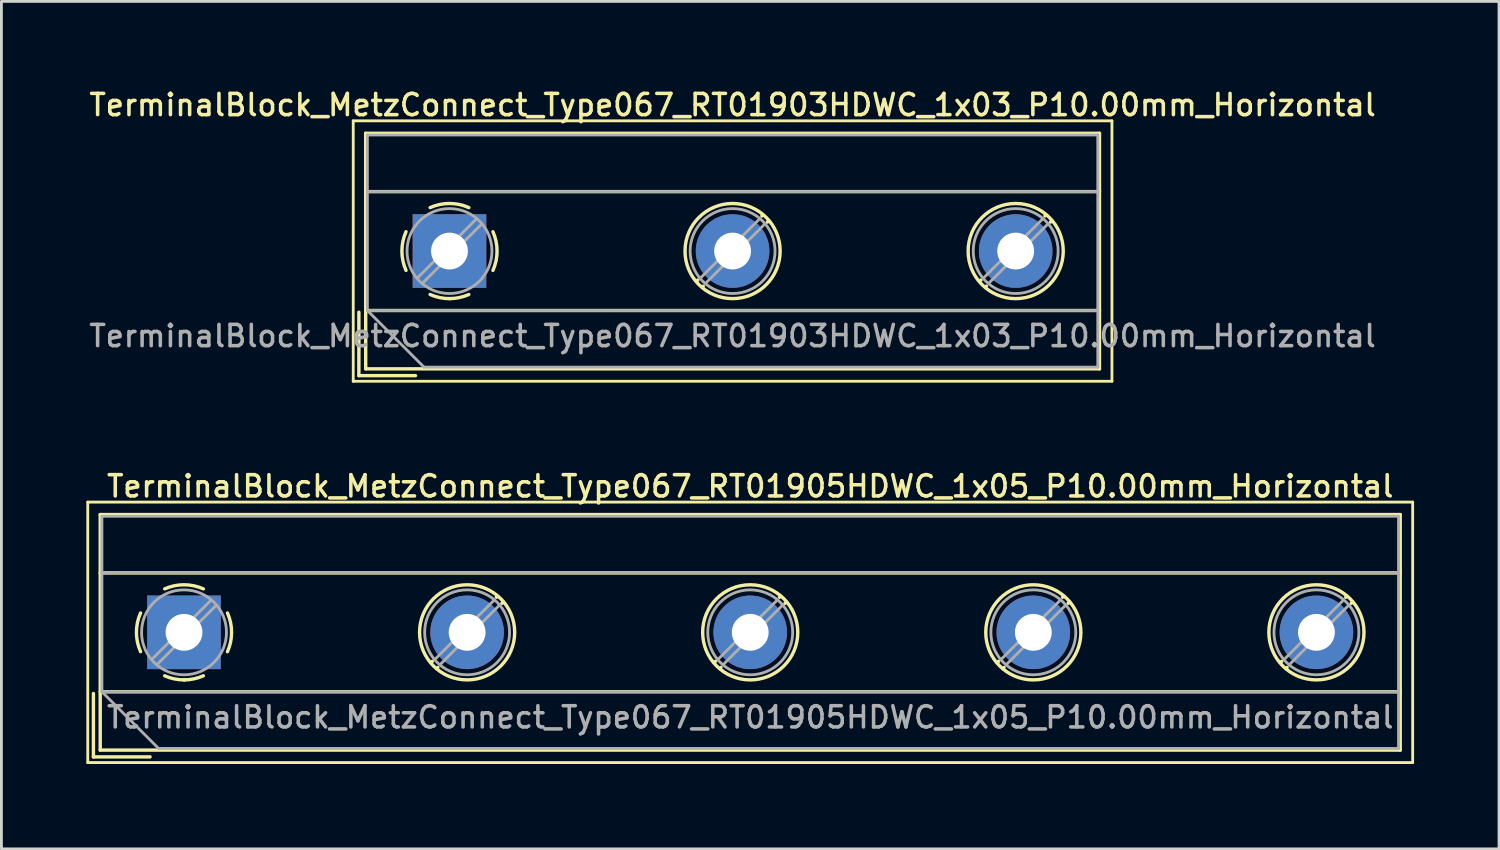
<source format=kicad_pcb>
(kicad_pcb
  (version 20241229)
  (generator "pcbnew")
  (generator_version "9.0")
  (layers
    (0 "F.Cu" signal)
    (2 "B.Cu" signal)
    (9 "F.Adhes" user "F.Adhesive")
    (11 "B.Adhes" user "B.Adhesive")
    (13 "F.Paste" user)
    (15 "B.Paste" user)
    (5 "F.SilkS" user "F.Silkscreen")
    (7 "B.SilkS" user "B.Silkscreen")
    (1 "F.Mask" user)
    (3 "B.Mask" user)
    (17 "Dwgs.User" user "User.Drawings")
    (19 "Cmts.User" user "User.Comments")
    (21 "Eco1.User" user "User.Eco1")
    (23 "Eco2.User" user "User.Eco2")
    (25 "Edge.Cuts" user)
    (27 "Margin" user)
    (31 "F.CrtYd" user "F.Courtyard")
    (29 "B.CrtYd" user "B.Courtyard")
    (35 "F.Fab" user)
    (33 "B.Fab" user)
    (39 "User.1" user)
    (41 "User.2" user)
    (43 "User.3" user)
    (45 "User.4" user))
  (footprint "TerminalBlock_MetzConnect_Type067_RT01903HDWC_1x03_P10.00mm_Horizontal"
    (layer "F.Cu")
    (at 12.827 5.818)
    (property "Reference" "TerminalBlock_MetzConnect_Type067_RT01903HDWC_1x03_P10.00mm_Horizontal" (at 10 -5.16 0) (layer "F.SilkS") (effects (font (size 0.75 0.75) (thickness 0.125))))
    (attr through_hole)
    (fp_line (start -3.4 -4.6) (end -3.4 4.6) (stroke (width 0.1) (type solid)) (layer "F.SilkS"))
    (fp_line (start -3.4 4.6) (end 23.4 4.6) (stroke (width 0.1) (type solid)) (layer "F.SilkS"))
    (fp_line (start -3.2 2.16) (end -3.2 4.4) (stroke (width 0.12) (type solid)) (layer "F.SilkS"))
    (fp_line (start -3.2 4.4) (end -1.2 4.4) (stroke (width 0.12) (type solid)) (layer "F.SilkS"))
    (fp_line (start -2.96 -4.16) (end -2.96 4.16) (stroke (width 0.12) (type solid)) (layer "F.SilkS"))
    (fp_line (start -2.96 -4.16) (end 22.96 -4.16) (stroke (width 0.12) (type solid)) (layer "F.SilkS"))
    (fp_line (start -2.96 -2.1) (end 22.96 -2.1) (stroke (width 0.12) (type solid)) (layer "F.SilkS"))
    (fp_line (start -2.96 2.1) (end 22.96 2.1) (stroke (width 0.12) (type solid)) (layer "F.SilkS"))
    (fp_line (start -2.96 4.16) (end 22.96 4.16) (stroke (width 0.12) (type solid)) (layer "F.SilkS"))
    (fp_line (start 8.773 1.023) (end 8.726 1.069) (stroke (width 0.12) (type solid)) (layer "F.SilkS"))
    (fp_line (start 8.966 1.239) (end 8.931 1.274) (stroke (width 0.12) (type solid)) (layer "F.SilkS"))
    (fp_line (start 11.07 -1.275) (end 11.035 -1.239) (stroke (width 0.12) (type solid)) (layer "F.SilkS"))
    (fp_line (start 11.275 -1.069) (end 11.228 -1.023) (stroke (width 0.12) (type solid)) (layer "F.SilkS"))
    (fp_line (start 18.773 1.023) (end 18.726 1.069) (stroke (width 0.12) (type solid)) (layer "F.SilkS"))
    (fp_line (start 18.966 1.239) (end 18.931 1.274) (stroke (width 0.12) (type solid)) (layer "F.SilkS"))
    (fp_line (start 21.07 -1.275) (end 21.035 -1.239) (stroke (width 0.12) (type solid)) (layer "F.SilkS"))
    (fp_line (start 21.275 -1.069) (end 21.228 -1.023) (stroke (width 0.12) (type solid)) (layer "F.SilkS"))
    (fp_line (start 22.96 -4.16) (end 22.96 4.16) (stroke (width 0.12) (type solid)) (layer "F.SilkS"))
    (fp_line (start 23.4 -4.6) (end -3.4 -4.6) (stroke (width 0.1) (type solid)) (layer "F.SilkS"))
    (fp_line (start 23.4 4.6) (end 23.4 -4.6) (stroke (width 0.1) (type solid)) (layer "F.SilkS"))
    (fp_arc (start -1.535427 0.683042) (mid -1.680501 -0.000524) (end -1.535 -0.684) (stroke (width 0.12) (type solid)) (layer "F.SilkS"))
    (fp_arc (start -0.683042 -1.535427) (mid 0.000524 -1.680501) (end 0.684 -1.535) (stroke (width 0.12) (type solid)) (layer "F.SilkS"))
    (fp_arc (start 0.028805 1.680253) (mid -0.335551 1.646659) (end -0.684 1.535) (stroke (width 0.12) (type solid)) (layer "F.SilkS"))
    (fp_arc (start 0.683318 1.534756) (mid 0.349292 1.643288) (end 0 1.68) (stroke (width 0.12) (type solid)) (layer "F.SilkS"))
    (fp_arc (start 1.535427 -0.683042) (mid 1.680501 0.000524) (end 1.535 0.684) (stroke (width 0.12) (type solid)) (layer "F.SilkS"))
    (fp_circle (center 10 0) (end 11.68 0) (stroke (width 0.12) (type solid)) (fill no) (layer "F.SilkS"))
    (fp_circle (center 20 0) (end 21.68 0) (stroke (width 0.12) (type solid)) (fill no) (layer "F.SilkS"))
    (fp_line (start -2.9 -4.1) (end 22.9 -4.1) (stroke (width 0.1) (type solid)) (layer "F.Fab"))
    (fp_line (start -2.9 -2.1) (end 22.9 -2.1) (stroke (width 0.1) (type solid)) (layer "F.Fab"))
    (fp_line (start -2.9 2.1) (end -2.9 -4.1) (stroke (width 0.1) (type solid)) (layer "F.Fab"))
    (fp_line (start -2.9 2.1) (end 22.9 2.1) (stroke (width 0.1) (type solid)) (layer "F.Fab"))
    (fp_line (start -0.9 4.1) (end -2.9 2.1) (stroke (width 0.1) (type solid)) (layer "F.Fab"))
    (fp_line (start 0.955 -1.138) (end -1.138 0.955) (stroke (width 0.1) (type solid)) (layer "F.Fab"))
    (fp_line (start 1.138 -0.955) (end -0.955 1.138) (stroke (width 0.1) (type solid)) (layer "F.Fab"))
    (fp_line (start 10.955 -1.138) (end 8.863 0.955) (stroke (width 0.1) (type solid)) (layer "F.Fab"))
    (fp_line (start 11.138 -0.955) (end 9.046 1.138) (stroke (width 0.1) (type solid)) (layer "F.Fab"))
    (fp_line (start 20.955 -1.138) (end 18.863 0.955) (stroke (width 0.1) (type solid)) (layer "F.Fab"))
    (fp_line (start 21.138 -0.955) (end 19.046 1.138) (stroke (width 0.1) (type solid)) (layer "F.Fab"))
    (fp_line (start 22.9 -4.1) (end 22.9 4.1) (stroke (width 0.1) (type solid)) (layer "F.Fab"))
    (fp_line (start 22.9 4.1) (end -0.9 4.1) (stroke (width 0.1) (type solid)) (layer "F.Fab"))
    (fp_circle (center 0 0) (end 1.5 0) (stroke (width 0.1) (type solid)) (fill no) (layer "F.Fab"))
    (fp_circle (center 10 0) (end 11.5 0) (stroke (width 0.1) (type solid)) (fill no) (layer "F.Fab"))
    (fp_circle (center 20 0) (end 21.5 0) (stroke (width 0.1) (type solid)) (fill no) (layer "F.Fab"))
    (fp_text user "${REFERENCE}" (at 10 3 0) (layer "F.Fab") (effects (font (size 0.75 0.75) (thickness 0.125))))
    (pad "1" thru_hole rect (at 0 0) (size 2.6 2.6) (drill 1.3) (layers "*.Cu" "*.Mask"))
    (pad "2" thru_hole circle (at 10 0) (size 2.6 2.6) (drill 1.3) (layers "*.Cu" "*.Mask"))
    (pad "3" thru_hole circle (at 20 0) (size 2.6 2.6) (drill 1.3) (layers "*.Cu" "*.Mask")))
  (footprint "TerminalBlock_MetzConnect_Type067_RT01905HDWC_1x05_P10.00mm_Horizontal"
    (layer "F.Cu")
    (at 3.45 19.286)
    (property "Reference" "TerminalBlock_MetzConnect_Type067_RT01905HDWC_1x05_P10.00mm_Horizontal" (at 20 -5.16 0) (layer "F.SilkS") (effects (font (size 0.75 0.75) (thickness 0.125))))
    (attr through_hole)
    (fp_line (start -3.4 -4.6) (end -3.4 4.6) (stroke (width 0.1) (type solid)) (layer "F.SilkS"))
    (fp_line (start -3.4 4.6) (end 43.4 4.6) (stroke (width 0.1) (type solid)) (layer "F.SilkS"))
    (fp_line (start -3.2 2.16) (end -3.2 4.4) (stroke (width 0.12) (type solid)) (layer "F.SilkS"))
    (fp_line (start -3.2 4.4) (end -1.2 4.4) (stroke (width 0.12) (type solid)) (layer "F.SilkS"))
    (fp_line (start -2.96 -4.16) (end -2.96 4.16) (stroke (width 0.12) (type solid)) (layer "F.SilkS"))
    (fp_line (start -2.96 -4.16) (end 42.96 -4.16) (stroke (width 0.12) (type solid)) (layer "F.SilkS"))
    (fp_line (start -2.96 -2.1) (end 42.96 -2.1) (stroke (width 0.12) (type solid)) (layer "F.SilkS"))
    (fp_line (start -2.96 2.1) (end 42.96 2.1) (stroke (width 0.12) (type solid)) (layer "F.SilkS"))
    (fp_line (start -2.96 4.16) (end 42.96 4.16) (stroke (width 0.12) (type solid)) (layer "F.SilkS"))
    (fp_line (start 8.773 1.023) (end 8.726 1.069) (stroke (width 0.12) (type solid)) (layer "F.SilkS"))
    (fp_line (start 8.966 1.239) (end 8.931 1.274) (stroke (width 0.12) (type solid)) (layer "F.SilkS"))
    (fp_line (start 11.07 -1.275) (end 11.035 -1.239) (stroke (width 0.12) (type solid)) (layer "F.SilkS"))
    (fp_line (start 11.275 -1.069) (end 11.228 -1.023) (stroke (width 0.12) (type solid)) (layer "F.SilkS"))
    (fp_line (start 18.773 1.023) (end 18.726 1.069) (stroke (width 0.12) (type solid)) (layer "F.SilkS"))
    (fp_line (start 18.966 1.239) (end 18.931 1.274) (stroke (width 0.12) (type solid)) (layer "F.SilkS"))
    (fp_line (start 21.07 -1.275) (end 21.035 -1.239) (stroke (width 0.12) (type solid)) (layer "F.SilkS"))
    (fp_line (start 21.275 -1.069) (end 21.228 -1.023) (stroke (width 0.12) (type solid)) (layer "F.SilkS"))
    (fp_line (start 28.773 1.023) (end 28.726 1.069) (stroke (width 0.12) (type solid)) (layer "F.SilkS"))
    (fp_line (start 28.966 1.239) (end 28.931 1.274) (stroke (width 0.12) (type solid)) (layer "F.SilkS"))
    (fp_line (start 31.07 -1.275) (end 31.035 -1.239) (stroke (width 0.12) (type solid)) (layer "F.SilkS"))
    (fp_line (start 31.275 -1.069) (end 31.228 -1.023) (stroke (width 0.12) (type solid)) (layer "F.SilkS"))
    (fp_line (start 38.773 1.023) (end 38.726 1.069) (stroke (width 0.12) (type solid)) (layer "F.SilkS"))
    (fp_line (start 38.966 1.239) (end 38.931 1.274) (stroke (width 0.12) (type solid)) (layer "F.SilkS"))
    (fp_line (start 41.07 -1.275) (end 41.035 -1.239) (stroke (width 0.12) (type solid)) (layer "F.SilkS"))
    (fp_line (start 41.275 -1.069) (end 41.228 -1.023) (stroke (width 0.12) (type solid)) (layer "F.SilkS"))
    (fp_line (start 42.96 -4.16) (end 42.96 4.16) (stroke (width 0.12) (type solid)) (layer "F.SilkS"))
    (fp_line (start 43.4 -4.6) (end -3.4 -4.6) (stroke (width 0.1) (type solid)) (layer "F.SilkS"))
    (fp_line (start 43.4 4.6) (end 43.4 -4.6) (stroke (width 0.1) (type solid)) (layer "F.SilkS"))
    (fp_arc (start -1.535427 0.683042) (mid -1.680501 -0.000524) (end -1.535 -0.684) (stroke (width 0.12) (type solid)) (layer "F.SilkS"))
    (fp_arc (start -0.683042 -1.535427) (mid 0.000524 -1.680501) (end 0.684 -1.535) (stroke (width 0.12) (type solid)) (layer "F.SilkS"))
    (fp_arc (start 0.028805 1.680253) (mid -0.335551 1.646659) (end -0.684 1.535) (stroke (width 0.12) (type solid)) (layer "F.SilkS"))
    (fp_arc (start 0.683318 1.534756) (mid 0.349292 1.643288) (end 0 1.68) (stroke (width 0.12) (type solid)) (layer "F.SilkS"))
    (fp_arc (start 1.535427 -0.683042) (mid 1.680501 0.000524) (end 1.535 0.684) (stroke (width 0.12) (type solid)) (layer "F.SilkS"))
    (fp_circle (center 10 0) (end 11.68 0) (stroke (width 0.12) (type solid)) (fill no) (layer "F.SilkS"))
    (fp_circle (center 20 0) (end 21.68 0) (stroke (width 0.12) (type solid)) (fill no) (layer "F.SilkS"))
    (fp_circle (center 30 0) (end 31.68 0) (stroke (width 0.12) (type solid)) (fill no) (layer "F.SilkS"))
    (fp_circle (center 40 0) (end 41.68 0) (stroke (width 0.12) (type solid)) (fill no) (layer "F.SilkS"))
    (fp_line (start -2.9 -4.1) (end 42.9 -4.1) (stroke (width 0.1) (type solid)) (layer "F.Fab"))
    (fp_line (start -2.9 -2.1) (end 42.9 -2.1) (stroke (width 0.1) (type solid)) (layer "F.Fab"))
    (fp_line (start -2.9 2.1) (end -2.9 -4.1) (stroke (width 0.1) (type solid)) (layer "F.Fab"))
    (fp_line (start -2.9 2.1) (end 42.9 2.1) (stroke (width 0.1) (type solid)) (layer "F.Fab"))
    (fp_line (start -0.9 4.1) (end -2.9 2.1) (stroke (width 0.1) (type solid)) (layer "F.Fab"))
    (fp_line (start 0.955 -1.138) (end -1.138 0.955) (stroke (width 0.1) (type solid)) (layer "F.Fab"))
    (fp_line (start 1.138 -0.955) (end -0.955 1.138) (stroke (width 0.1) (type solid)) (layer "F.Fab"))
    (fp_line (start 10.955 -1.138) (end 8.863 0.955) (stroke (width 0.1) (type solid)) (layer "F.Fab"))
    (fp_line (start 11.138 -0.955) (end 9.046 1.138) (stroke (width 0.1) (type solid)) (layer "F.Fab"))
    (fp_line (start 20.955 -1.138) (end 18.863 0.955) (stroke (width 0.1) (type solid)) (layer "F.Fab"))
    (fp_line (start 21.138 -0.955) (end 19.046 1.138) (stroke (width 0.1) (type solid)) (layer "F.Fab"))
    (fp_line (start 30.955 -1.138) (end 28.863 0.955) (stroke (width 0.1) (type solid)) (layer "F.Fab"))
    (fp_line (start 31.138 -0.955) (end 29.046 1.138) (stroke (width 0.1) (type solid)) (layer "F.Fab"))
    (fp_line (start 40.955 -1.138) (end 38.863 0.955) (stroke (width 0.1) (type solid)) (layer "F.Fab"))
    (fp_line (start 41.138 -0.955) (end 39.046 1.138) (stroke (width 0.1) (type solid)) (layer "F.Fab"))
    (fp_line (start 42.9 -4.1) (end 42.9 4.1) (stroke (width 0.1) (type solid)) (layer "F.Fab"))
    (fp_line (start 42.9 4.1) (end -0.9 4.1) (stroke (width 0.1) (type solid)) (layer "F.Fab"))
    (fp_circle (center 0 0) (end 1.5 0) (stroke (width 0.1) (type solid)) (fill no) (layer "F.Fab"))
    (fp_circle (center 10 0) (end 11.5 0) (stroke (width 0.1) (type solid)) (fill no) (layer "F.Fab"))
    (fp_circle (center 20 0) (end 21.5 0) (stroke (width 0.1) (type solid)) (fill no) (layer "F.Fab"))
    (fp_circle (center 30 0) (end 31.5 0) (stroke (width 0.1) (type solid)) (fill no) (layer "F.Fab"))
    (fp_circle (center 40 0) (end 41.5 0) (stroke (width 0.1) (type solid)) (fill no) (layer "F.Fab"))
    (fp_text user "${REFERENCE}" (at 20 3 0) (layer "F.Fab") (effects (font (size 0.75 0.75) (thickness 0.125))))
    (pad "1" thru_hole rect (at 0 0) (size 2.6 2.6) (drill 1.3) (layers "*.Cu" "*.Mask"))
    (pad "2" thru_hole circle (at 10 0) (size 2.6 2.6) (drill 1.3) (layers "*.Cu" "*.Mask"))
    (pad "3" thru_hole circle (at 20 0) (size 2.6 2.6) (drill 1.3) (layers "*.Cu" "*.Mask"))
    (pad "4" thru_hole circle (at 30 0) (size 2.6 2.6) (drill 1.3) (layers "*.Cu" "*.Mask"))
    (pad "5" thru_hole circle (at 40 0) (size 2.6 2.6) (drill 1.3) (layers "*.Cu" "*.Mask")))
  (gr_rect
    (start -3 -3)
    (end 49.9 26.936)
    (stroke (width 0.1) (type default))
    (fill no)
    (layer "Edge.Cuts")))
</source>
